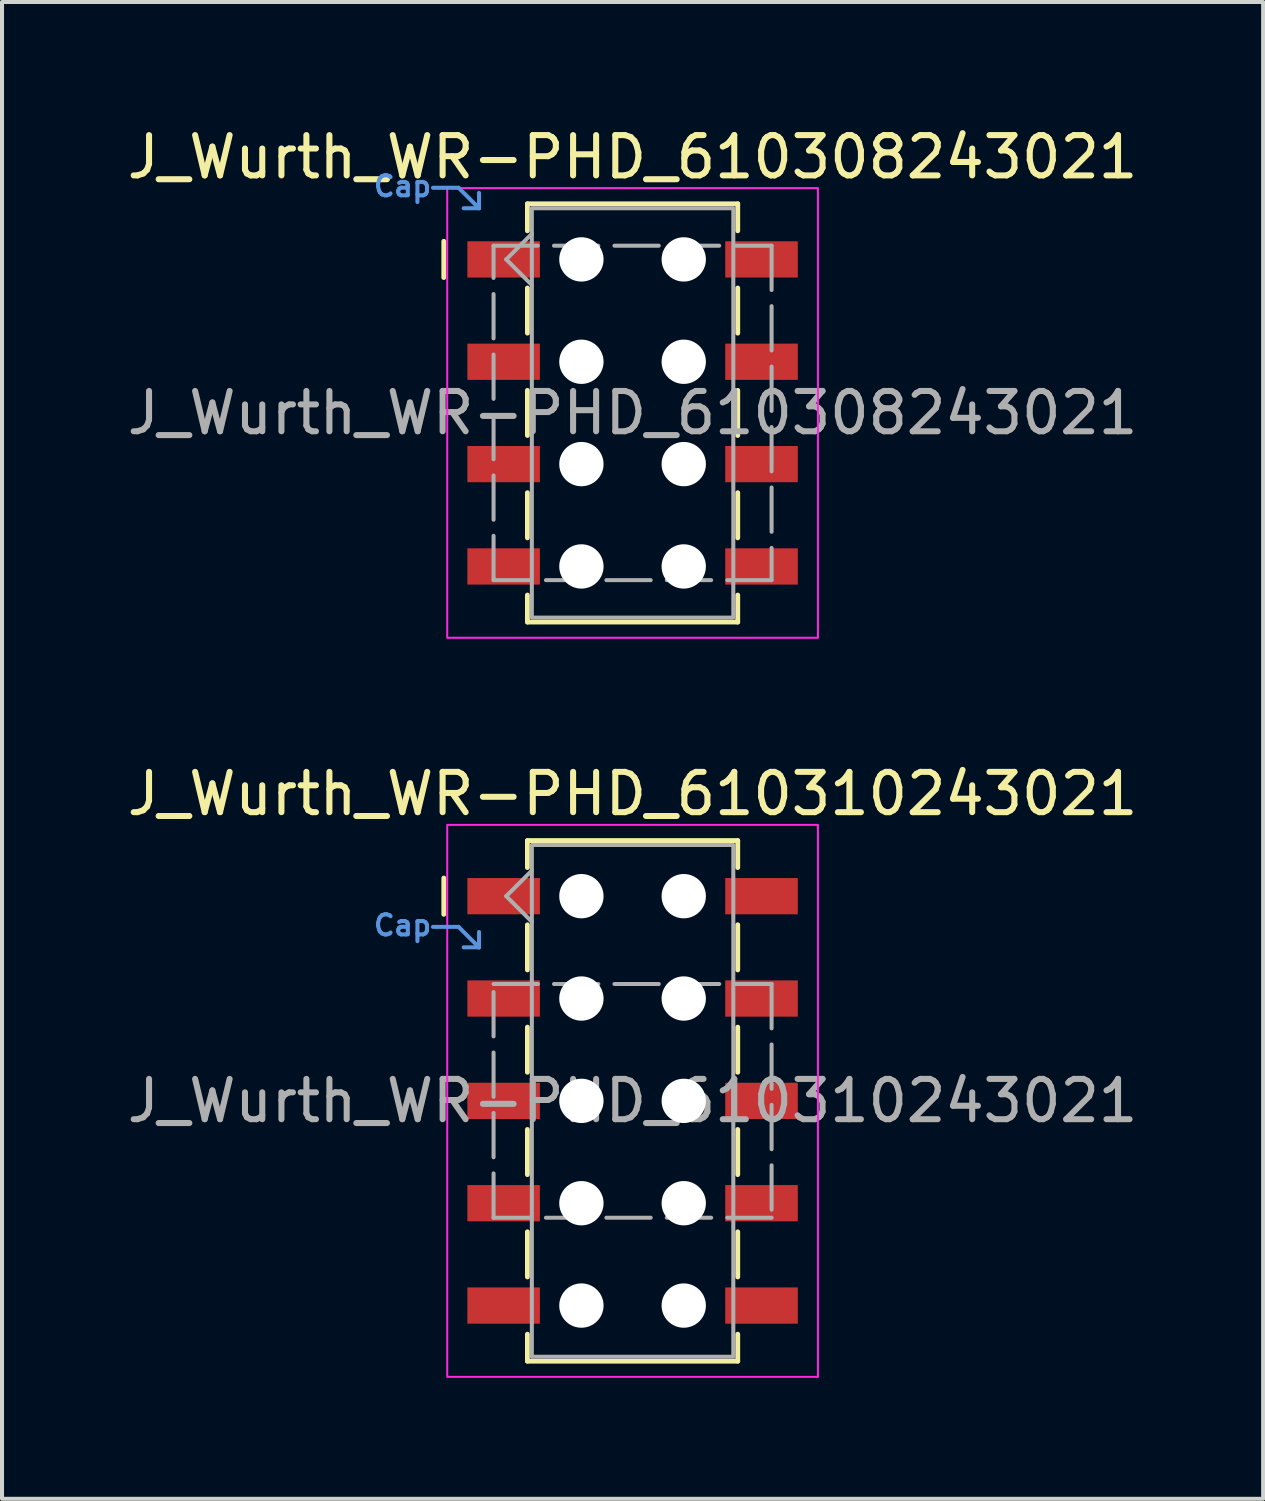
<source format=kicad_pcb>
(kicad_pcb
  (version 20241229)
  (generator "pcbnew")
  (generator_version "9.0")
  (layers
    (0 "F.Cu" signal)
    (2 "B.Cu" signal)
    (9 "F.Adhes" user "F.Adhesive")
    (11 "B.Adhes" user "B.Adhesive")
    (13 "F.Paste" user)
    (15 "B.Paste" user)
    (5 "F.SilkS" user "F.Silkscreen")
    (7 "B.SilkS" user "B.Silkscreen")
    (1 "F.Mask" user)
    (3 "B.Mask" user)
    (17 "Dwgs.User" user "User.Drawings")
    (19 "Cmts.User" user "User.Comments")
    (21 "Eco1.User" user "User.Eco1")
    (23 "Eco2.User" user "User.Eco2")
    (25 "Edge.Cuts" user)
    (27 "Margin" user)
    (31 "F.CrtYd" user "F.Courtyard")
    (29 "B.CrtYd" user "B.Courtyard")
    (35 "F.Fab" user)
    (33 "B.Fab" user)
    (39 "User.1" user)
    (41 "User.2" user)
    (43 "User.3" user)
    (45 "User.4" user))
  (footprint "J_Wurth_WR-PHD_610308243021"
    (layer "F.Cu")
    (at 12.649 7.198)
    (property "Reference" "J_Wurth_WR-PHD_610308243021" (at 0 -6.35 0) (unlocked yes) (layer "F.SilkS") (effects (font (size 1 1) (thickness 0.15))))
    (attr smd)
    (fp_line (start -4.685 -4.26) (end -4.685 -3.36) (stroke (width 0.12) (type solid)) (layer "F.SilkS"))
    (fp_line (start -2.61 -5.19) (end -2.61 -4.52) (stroke (width 0.12) (type solid)) (layer "F.SilkS"))
    (fp_line (start -2.61 -3.1) (end -2.61 -1.98) (stroke (width 0.12) (type solid)) (layer "F.SilkS"))
    (fp_line (start -2.61 -0.56) (end -2.61 0.56) (stroke (width 0.12) (type solid)) (layer "F.SilkS"))
    (fp_line (start -2.61 1.98) (end -2.61 3.1) (stroke (width 0.12) (type solid)) (layer "F.SilkS"))
    (fp_line (start -2.61 4.52) (end -2.61 5.19) (stroke (width 0.12) (type solid)) (layer "F.SilkS"))
    (fp_line (start 2.61 -5.19) (end -2.61 -5.19) (stroke (width 0.12) (type solid)) (layer "F.SilkS"))
    (fp_line (start 2.61 -5.19) (end 2.61 -4.52) (stroke (width 0.12) (type solid)) (layer "F.SilkS"))
    (fp_line (start 2.61 -3.1) (end 2.61 -1.98) (stroke (width 0.12) (type solid)) (layer "F.SilkS"))
    (fp_line (start 2.61 -0.56) (end 2.61 0.56) (stroke (width 0.12) (type solid)) (layer "F.SilkS"))
    (fp_line (start 2.61 1.98) (end 2.61 3.1) (stroke (width 0.12) (type solid)) (layer "F.SilkS"))
    (fp_line (start 2.61 4.52) (end 2.61 5.19) (stroke (width 0.12) (type solid)) (layer "F.SilkS"))
    (fp_line (start 2.61 5.19) (end -2.61 5.19) (stroke (width 0.12) (type solid)) (layer "F.SilkS"))
    (fp_line (start -4.953 -5.588) (end -4.318 -5.588) (stroke (width 0.1) (type default)) (layer "Cmts.User"))
    (fp_line (start -4.318 -5.588) (end -3.81 -5.08) (stroke (width 0.1) (type default)) (layer "Cmts.User"))
    (fp_line (start -3.81 -5.08) (end -4.191 -5.08) (stroke (width 0.1) (type default)) (layer "Cmts.User"))
    (fp_line (start -3.81 -5.08) (end -3.81 -5.461) (stroke (width 0.1) (type default)) (layer "Cmts.User"))
    (fp_rect (start -4.6 -5.58) (end 4.6 5.58) (stroke (width 0.05) (type solid)) (fill no) (layer "F.CrtYd"))
    (fp_line (start -3.135 -3.81) (end -2.5 -4.445) (stroke (width 0.1) (type default)) (layer "F.Fab"))
    (fp_line (start -2.5 -3.175) (end -3.135 -3.81) (stroke (width 0.1) (type default)) (layer "F.Fab"))
    (fp_rect (start -3.45 -4.15) (end 3.45 4.15) (stroke (width 0.1) (type dash)) (fill no) (layer "F.Fab"))
    (fp_rect (start -2.5 -5.08) (end 2.5 5.08) (stroke (width 0.1) (type solid)) (fill no) (layer "F.Fab"))
    (fp_text user "Cap" (at -6.477 -5.334 0) (unlocked yes) (layer "Cmts.User") (effects (font (size 0.5 0.5) (thickness 0.1) (bold yes)) (justify left bottom)))
    (fp_text user "${REFERENCE}" (at 0 0 0) (unlocked yes) (layer "F.Fab") (effects (font (size 1 1) (thickness 0.15))))
    (pad "" np_thru_hole circle (at -1.27 -3.81 270) (size 1.1 1.1) (drill 1.1) (layers "*.Cu" "*.Mask"))
    (pad "" np_thru_hole circle (at -1.27 -1.27 270) (size 1.1 1.1) (drill 1.1) (layers "*.Cu" "*.Mask"))
    (pad "" np_thru_hole circle (at -1.27 1.27 270) (size 1.1 1.1) (drill 1.1) (layers "*.Cu" "*.Mask"))
    (pad "" np_thru_hole circle (at -1.27 3.81 270) (size 1.1 1.1) (drill 1.1) (layers "*.Cu" "*.Mask"))
    (pad "" np_thru_hole circle (at 1.27 -3.81 270) (size 1.1 1.1) (drill 1.1) (layers "*.Cu" "*.Mask"))
    (pad "" np_thru_hole circle (at 1.27 -1.27 270) (size 1.1 1.1) (drill 1.1) (layers "*.Cu" "*.Mask"))
    (pad "" np_thru_hole circle (at 1.27 1.27 270) (size 1.1 1.1) (drill 1.1) (layers "*.Cu" "*.Mask"))
    (pad "" np_thru_hole circle (at 1.27 3.81 270) (size 1.1 1.1) (drill 1.1) (layers "*.Cu" "*.Mask"))
    (pad "1" smd rect (at -3.2 -3.81 270) (size 0.9 1.8) (layers "F.Cu" "F.Mask" "F.Paste"))
    (pad "2" smd rect (at 3.2 -3.81 270) (size 0.9 1.8) (layers "F.Cu" "F.Mask" "F.Paste"))
    (pad "3" smd rect (at -3.2 -1.27 270) (size 0.9 1.8) (layers "F.Cu" "F.Mask" "F.Paste"))
    (pad "4" smd rect (at 3.2 -1.27 270) (size 0.9 1.8) (layers "F.Cu" "F.Mask" "F.Paste"))
    (pad "5" smd rect (at -3.2 1.27 270) (size 0.9 1.8) (layers "F.Cu" "F.Mask" "F.Paste"))
    (pad "6" smd rect (at 3.2 1.27 270) (size 0.9 1.8) (layers "F.Cu" "F.Mask" "F.Paste"))
    (pad "7" smd rect (at -3.2 3.81 270) (size 0.9 1.8) (layers "F.Cu" "F.Mask" "F.Paste"))
    (pad "8" smd rect (at 3.2 3.81 270) (size 0.9 1.8) (layers "F.Cu" "F.Mask" "F.Paste")))
  (footprint "J_Wurth_WR-PHD_610310243021"
    (layer "F.Cu")
    (at 12.649 24.271)
    (property "Reference" "J_Wurth_WR-PHD_610310243021" (at 0 -7.62 0) (unlocked yes) (layer "F.SilkS") (effects (font (size 1 1) (thickness 0.15))))
    (attr smd)
    (fp_line (start -4.685 -5.53) (end -4.685 -4.63) (stroke (width 0.12) (type solid)) (layer "F.SilkS"))
    (fp_line (start -2.61 -6.46) (end -2.61 -5.79) (stroke (width 0.12) (type solid)) (layer "F.SilkS"))
    (fp_line (start -2.61 -4.37) (end -2.61 -3.25) (stroke (width 0.12) (type solid)) (layer "F.SilkS"))
    (fp_line (start -2.61 -1.83) (end -2.61 -0.71) (stroke (width 0.12) (type solid)) (layer "F.SilkS"))
    (fp_line (start -2.61 0.71) (end -2.61 1.83) (stroke (width 0.12) (type solid)) (layer "F.SilkS"))
    (fp_line (start -2.61 3.25) (end -2.61 4.37) (stroke (width 0.12) (type solid)) (layer "F.SilkS"))
    (fp_line (start -2.61 5.79) (end -2.61 6.46) (stroke (width 0.12) (type solid)) (layer "F.SilkS"))
    (fp_line (start 2.61 -6.46) (end -2.61 -6.46) (stroke (width 0.12) (type solid)) (layer "F.SilkS"))
    (fp_line (start 2.61 -6.46) (end 2.61 -5.79) (stroke (width 0.12) (type solid)) (layer "F.SilkS"))
    (fp_line (start 2.61 -4.37) (end 2.61 -3.25) (stroke (width 0.12) (type solid)) (layer "F.SilkS"))
    (fp_line (start 2.61 -1.83) (end 2.61 -0.71) (stroke (width 0.12) (type solid)) (layer "F.SilkS"))
    (fp_line (start 2.61 0.71) (end 2.61 1.83) (stroke (width 0.12) (type solid)) (layer "F.SilkS"))
    (fp_line (start 2.61 3.25) (end 2.61 4.37) (stroke (width 0.12) (type solid)) (layer "F.SilkS"))
    (fp_line (start 2.61 5.79) (end 2.61 6.46) (stroke (width 0.12) (type solid)) (layer "F.SilkS"))
    (fp_line (start 2.61 6.46) (end -2.61 6.46) (stroke (width 0.12) (type solid)) (layer "F.SilkS"))
    (fp_line (start -4.953 -4.318) (end -4.318 -4.318) (stroke (width 0.1) (type default)) (layer "Cmts.User"))
    (fp_line (start -4.318 -4.318) (end -3.81 -3.81) (stroke (width 0.1) (type default)) (layer "Cmts.User"))
    (fp_line (start -3.81 -3.81) (end -4.191 -3.81) (stroke (width 0.1) (type default)) (layer "Cmts.User"))
    (fp_line (start -3.81 -3.81) (end -3.81 -4.191) (stroke (width 0.1) (type default)) (layer "Cmts.User"))
    (fp_rect (start -4.6 -6.85) (end 4.6 6.85) (stroke (width 0.05) (type solid)) (fill no) (layer "F.CrtYd"))
    (fp_line (start -3.135 -5.08) (end -2.5 -5.715) (stroke (width 0.1) (type default)) (layer "F.Fab"))
    (fp_line (start -2.5 -4.445) (end -3.135 -5.08) (stroke (width 0.1) (type default)) (layer "F.Fab"))
    (fp_rect (start -3.45 -2.9) (end 3.45 2.9) (stroke (width 0.1) (type dash)) (fill no) (layer "F.Fab"))
    (fp_rect (start -2.5 -6.35) (end 2.5 6.35) (stroke (width 0.1) (type solid)) (fill no) (layer "F.Fab"))
    (fp_text user "Cap" (at -6.477 -4.064 0) (unlocked yes) (layer "Cmts.User") (effects (font (size 0.5 0.5) (thickness 0.1) (bold yes)) (justify left bottom)))
    (fp_text user "${REFERENCE}" (at 0 0 0) (unlocked yes) (layer "F.Fab") (effects (font (size 1 1) (thickness 0.15))))
    (pad "" np_thru_hole circle (at -1.27 -5.08 270) (size 1.1 1.1) (drill 1.1) (layers "*.Cu" "*.Mask"))
    (pad "" np_thru_hole circle (at -1.27 -2.54 270) (size 1.1 1.1) (drill 1.1) (layers "*.Cu" "*.Mask"))
    (pad "" np_thru_hole circle (at -1.27 0 270) (size 1.1 1.1) (drill 1.1) (layers "*.Cu" "*.Mask"))
    (pad "" np_thru_hole circle (at -1.27 2.54 270) (size 1.1 1.1) (drill 1.1) (layers "*.Cu" "*.Mask"))
    (pad "" np_thru_hole circle (at -1.27 5.08 270) (size 1.1 1.1) (drill 1.1) (layers "*.Cu" "*.Mask"))
    (pad "" np_thru_hole circle (at 1.27 -5.08 270) (size 1.1 1.1) (drill 1.1) (layers "*.Cu" "*.Mask"))
    (pad "" np_thru_hole circle (at 1.27 -2.54 270) (size 1.1 1.1) (drill 1.1) (layers "*.Cu" "*.Mask"))
    (pad "" np_thru_hole circle (at 1.27 0 270) (size 1.1 1.1) (drill 1.1) (layers "*.Cu" "*.Mask"))
    (pad "" np_thru_hole circle (at 1.27 2.54 270) (size 1.1 1.1) (drill 1.1) (layers "*.Cu" "*.Mask"))
    (pad "" np_thru_hole circle (at 1.27 5.08 270) (size 1.1 1.1) (drill 1.1) (layers "*.Cu" "*.Mask"))
    (pad "1" smd rect (at -3.2 -5.08 270) (size 0.9 1.8) (layers "F.Cu" "F.Mask" "F.Paste"))
    (pad "2" smd rect (at 3.2 -5.08 270) (size 0.9 1.8) (layers "F.Cu" "F.Mask" "F.Paste"))
    (pad "3" smd rect (at -3.2 -2.54 270) (size 0.9 1.8) (layers "F.Cu" "F.Mask" "F.Paste"))
    (pad "4" smd rect (at 3.2 -2.54 270) (size 0.9 1.8) (layers "F.Cu" "F.Mask" "F.Paste"))
    (pad "5" smd rect (at -3.2 0 270) (size 0.9 1.8) (layers "F.Cu" "F.Mask" "F.Paste"))
    (pad "6" smd rect (at 3.2 0 270) (size 0.9 1.8) (layers "F.Cu" "F.Mask" "F.Paste"))
    (pad "7" smd rect (at -3.2 2.54 270) (size 0.9 1.8) (layers "F.Cu" "F.Mask" "F.Paste"))
    (pad "8" smd rect (at 3.2 2.54 270) (size 0.9 1.8) (layers "F.Cu" "F.Mask" "F.Paste"))
    (pad "9" smd rect (at -3.2 5.08 270) (size 0.9 1.8) (layers "F.Cu" "F.Mask" "F.Paste"))
    (pad "10" smd rect (at 3.2 5.08 270) (size 0.9 1.8) (layers "F.Cu" "F.Mask" "F.Paste")))
  (gr_rect
    (start -3 -3)
    (end 28.298 34.147)
    (stroke (width 0.1) (type default))
    (fill no)
    (layer "Edge.Cuts")))
</source>
